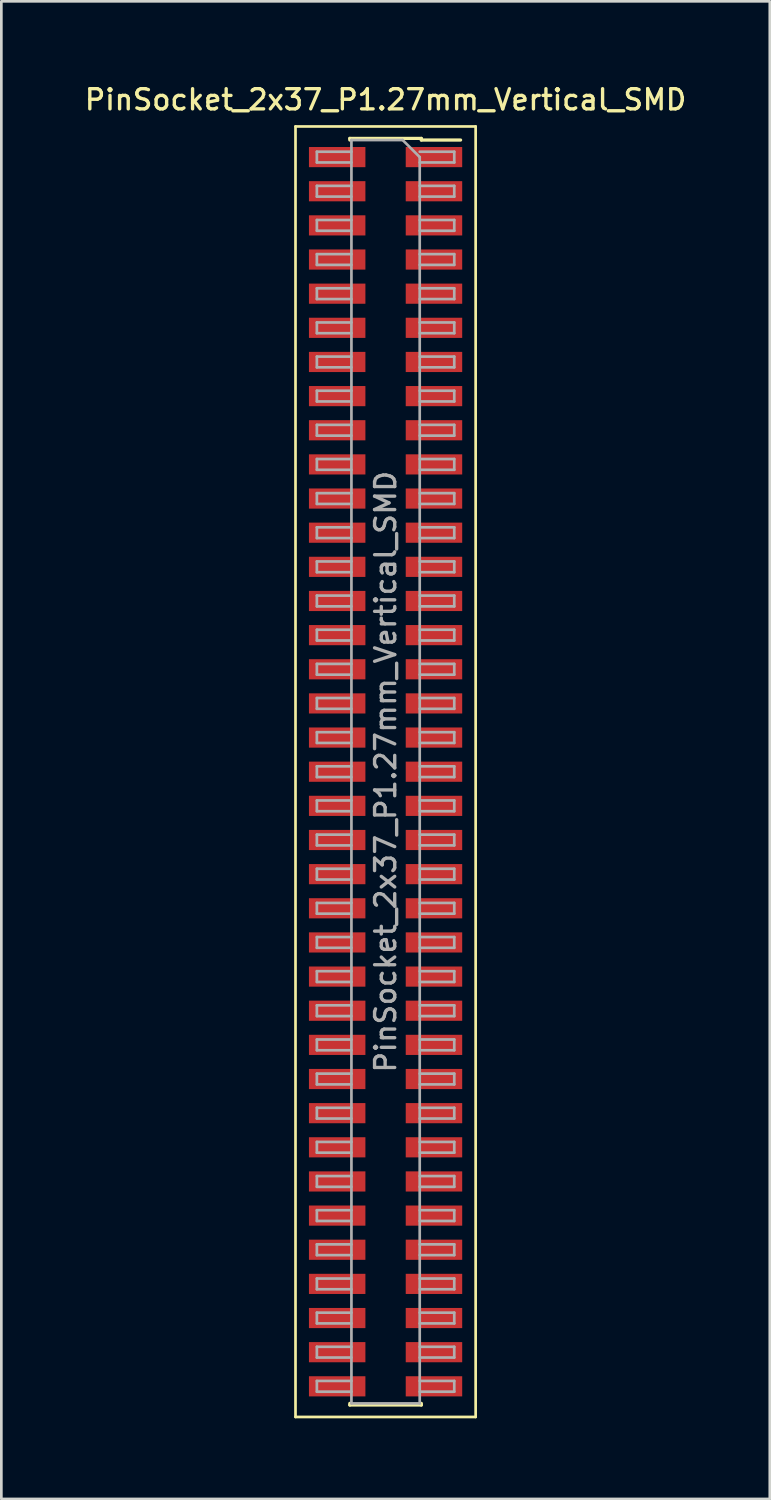
<source format=kicad_pcb>
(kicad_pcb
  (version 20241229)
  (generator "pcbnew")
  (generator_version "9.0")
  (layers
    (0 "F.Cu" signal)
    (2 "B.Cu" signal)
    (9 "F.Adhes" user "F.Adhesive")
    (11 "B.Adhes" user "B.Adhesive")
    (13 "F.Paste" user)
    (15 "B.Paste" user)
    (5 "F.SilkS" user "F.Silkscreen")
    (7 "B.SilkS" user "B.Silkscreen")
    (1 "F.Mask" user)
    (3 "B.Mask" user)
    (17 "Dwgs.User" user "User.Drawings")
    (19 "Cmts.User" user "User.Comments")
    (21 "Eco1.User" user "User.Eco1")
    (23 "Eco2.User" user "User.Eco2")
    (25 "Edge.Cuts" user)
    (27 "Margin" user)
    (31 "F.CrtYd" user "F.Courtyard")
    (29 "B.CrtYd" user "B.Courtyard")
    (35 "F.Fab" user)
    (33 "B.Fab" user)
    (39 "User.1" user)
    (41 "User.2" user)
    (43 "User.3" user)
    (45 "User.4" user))
  (footprint "PinSocket_2x37_P1.27mm_Vertical_SMD"
    (layer "F.Cu")
    (at 11.291 25.653)
    (property "Reference" "PinSocket_2x37_P1.27mm_Vertical_SMD" (at 0 -24.995 0) (layer "F.SilkS") (effects (font (size 0.75 0.75) (thickness 0.125))))
    (attr smd)
    (fp_line (start -3.35 -24) (end 3.35 -24) (stroke (width 0.1) (type solid)) (layer "F.SilkS"))
    (fp_line (start -3.35 24) (end -3.35 -24) (stroke (width 0.1) (type solid)) (layer "F.SilkS"))
    (fp_line (start -1.33 -23.555) (end -1.33 -23.495) (stroke (width 0.12) (type solid)) (layer "F.SilkS"))
    (fp_line (start -1.33 -23.555) (end 1.33 -23.555) (stroke (width 0.12) (type solid)) (layer "F.SilkS"))
    (fp_line (start -1.33 23.495) (end -1.33 23.555) (stroke (width 0.12) (type solid)) (layer "F.SilkS"))
    (fp_line (start -1.33 23.555) (end 1.33 23.555) (stroke (width 0.12) (type solid)) (layer "F.SilkS"))
    (fp_line (start 1.33 -23.555) (end 1.33 -23.495) (stroke (width 0.12) (type solid)) (layer "F.SilkS"))
    (fp_line (start 1.33 -23.495) (end 2.79 -23.495) (stroke (width 0.12) (type solid)) (layer "F.SilkS"))
    (fp_line (start 1.33 23.495) (end 1.33 23.555) (stroke (width 0.12) (type solid)) (layer "F.SilkS"))
    (fp_line (start 3.35 -24) (end 3.35 24) (stroke (width 0.1) (type solid)) (layer "F.SilkS"))
    (fp_line (start 3.35 24) (end -3.35 24) (stroke (width 0.1) (type solid)) (layer "F.SilkS"))
    (fp_line (start -2.555 -23.06) (end -1.27 -23.06) (stroke (width 0.1) (type solid)) (layer "F.Fab"))
    (fp_line (start -2.555 -22.66) (end -2.555 -23.06) (stroke (width 0.1) (type solid)) (layer "F.Fab"))
    (fp_line (start -2.555 -21.79) (end -1.27 -21.79) (stroke (width 0.1) (type solid)) (layer "F.Fab"))
    (fp_line (start -2.555 -21.39) (end -2.555 -21.79) (stroke (width 0.1) (type solid)) (layer "F.Fab"))
    (fp_line (start -2.555 -20.52) (end -1.27 -20.52) (stroke (width 0.1) (type solid)) (layer "F.Fab"))
    (fp_line (start -2.555 -20.12) (end -2.555 -20.52) (stroke (width 0.1) (type solid)) (layer "F.Fab"))
    (fp_line (start -2.555 -19.25) (end -1.27 -19.25) (stroke (width 0.1) (type solid)) (layer "F.Fab"))
    (fp_line (start -2.555 -18.85) (end -2.555 -19.25) (stroke (width 0.1) (type solid)) (layer "F.Fab"))
    (fp_line (start -2.555 -17.98) (end -1.27 -17.98) (stroke (width 0.1) (type solid)) (layer "F.Fab"))
    (fp_line (start -2.555 -17.58) (end -2.555 -17.98) (stroke (width 0.1) (type solid)) (layer "F.Fab"))
    (fp_line (start -2.555 -16.71) (end -1.27 -16.71) (stroke (width 0.1) (type solid)) (layer "F.Fab"))
    (fp_line (start -2.555 -16.31) (end -2.555 -16.71) (stroke (width 0.1) (type solid)) (layer "F.Fab"))
    (fp_line (start -2.555 -15.44) (end -1.27 -15.44) (stroke (width 0.1) (type solid)) (layer "F.Fab"))
    (fp_line (start -2.555 -15.04) (end -2.555 -15.44) (stroke (width 0.1) (type solid)) (layer "F.Fab"))
    (fp_line (start -2.555 -14.17) (end -1.27 -14.17) (stroke (width 0.1) (type solid)) (layer "F.Fab"))
    (fp_line (start -2.555 -13.77) (end -2.555 -14.17) (stroke (width 0.1) (type solid)) (layer "F.Fab"))
    (fp_line (start -2.555 -12.9) (end -1.27 -12.9) (stroke (width 0.1) (type solid)) (layer "F.Fab"))
    (fp_line (start -2.555 -12.5) (end -2.555 -12.9) (stroke (width 0.1) (type solid)) (layer "F.Fab"))
    (fp_line (start -2.555 -11.63) (end -1.27 -11.63) (stroke (width 0.1) (type solid)) (layer "F.Fab"))
    (fp_line (start -2.555 -11.23) (end -2.555 -11.63) (stroke (width 0.1) (type solid)) (layer "F.Fab"))
    (fp_line (start -2.555 -10.36) (end -1.27 -10.36) (stroke (width 0.1) (type solid)) (layer "F.Fab"))
    (fp_line (start -2.555 -9.96) (end -2.555 -10.36) (stroke (width 0.1) (type solid)) (layer "F.Fab"))
    (fp_line (start -2.555 -9.09) (end -1.27 -9.09) (stroke (width 0.1) (type solid)) (layer "F.Fab"))
    (fp_line (start -2.555 -8.69) (end -2.555 -9.09) (stroke (width 0.1) (type solid)) (layer "F.Fab"))
    (fp_line (start -2.555 -7.82) (end -1.27 -7.82) (stroke (width 0.1) (type solid)) (layer "F.Fab"))
    (fp_line (start -2.555 -7.42) (end -2.555 -7.82) (stroke (width 0.1) (type solid)) (layer "F.Fab"))
    (fp_line (start -2.555 -6.55) (end -1.27 -6.55) (stroke (width 0.1) (type solid)) (layer "F.Fab"))
    (fp_line (start -2.555 -6.15) (end -2.555 -6.55) (stroke (width 0.1) (type solid)) (layer "F.Fab"))
    (fp_line (start -2.555 -5.28) (end -1.27 -5.28) (stroke (width 0.1) (type solid)) (layer "F.Fab"))
    (fp_line (start -2.555 -4.88) (end -2.555 -5.28) (stroke (width 0.1) (type solid)) (layer "F.Fab"))
    (fp_line (start -2.555 -4.01) (end -1.27 -4.01) (stroke (width 0.1) (type solid)) (layer "F.Fab"))
    (fp_line (start -2.555 -3.61) (end -2.555 -4.01) (stroke (width 0.1) (type solid)) (layer "F.Fab"))
    (fp_line (start -2.555 -2.74) (end -1.27 -2.74) (stroke (width 0.1) (type solid)) (layer "F.Fab"))
    (fp_line (start -2.555 -2.34) (end -2.555 -2.74) (stroke (width 0.1) (type solid)) (layer "F.Fab"))
    (fp_line (start -2.555 -1.47) (end -1.27 -1.47) (stroke (width 0.1) (type solid)) (layer "F.Fab"))
    (fp_line (start -2.555 -1.07) (end -2.555 -1.47) (stroke (width 0.1) (type solid)) (layer "F.Fab"))
    (fp_line (start -2.555 -0.2) (end -1.27 -0.2) (stroke (width 0.1) (type solid)) (layer "F.Fab"))
    (fp_line (start -2.555 0.2) (end -2.555 -0.2) (stroke (width 0.1) (type solid)) (layer "F.Fab"))
    (fp_line (start -2.555 1.07) (end -1.27 1.07) (stroke (width 0.1) (type solid)) (layer "F.Fab"))
    (fp_line (start -2.555 1.47) (end -2.555 1.07) (stroke (width 0.1) (type solid)) (layer "F.Fab"))
    (fp_line (start -2.555 2.34) (end -1.27 2.34) (stroke (width 0.1) (type solid)) (layer "F.Fab"))
    (fp_line (start -2.555 2.74) (end -2.555 2.34) (stroke (width 0.1) (type solid)) (layer "F.Fab"))
    (fp_line (start -2.555 3.61) (end -1.27 3.61) (stroke (width 0.1) (type solid)) (layer "F.Fab"))
    (fp_line (start -2.555 4.01) (end -2.555 3.61) (stroke (width 0.1) (type solid)) (layer "F.Fab"))
    (fp_line (start -2.555 4.88) (end -1.27 4.88) (stroke (width 0.1) (type solid)) (layer "F.Fab"))
    (fp_line (start -2.555 5.28) (end -2.555 4.88) (stroke (width 0.1) (type solid)) (layer "F.Fab"))
    (fp_line (start -2.555 6.15) (end -1.27 6.15) (stroke (width 0.1) (type solid)) (layer "F.Fab"))
    (fp_line (start -2.555 6.55) (end -2.555 6.15) (stroke (width 0.1) (type solid)) (layer "F.Fab"))
    (fp_line (start -2.555 7.42) (end -1.27 7.42) (stroke (width 0.1) (type solid)) (layer "F.Fab"))
    (fp_line (start -2.555 7.82) (end -2.555 7.42) (stroke (width 0.1) (type solid)) (layer "F.Fab"))
    (fp_line (start -2.555 8.69) (end -1.27 8.69) (stroke (width 0.1) (type solid)) (layer "F.Fab"))
    (fp_line (start -2.555 9.09) (end -2.555 8.69) (stroke (width 0.1) (type solid)) (layer "F.Fab"))
    (fp_line (start -2.555 9.96) (end -1.27 9.96) (stroke (width 0.1) (type solid)) (layer "F.Fab"))
    (fp_line (start -2.555 10.36) (end -2.555 9.96) (stroke (width 0.1) (type solid)) (layer "F.Fab"))
    (fp_line (start -2.555 11.23) (end -1.27 11.23) (stroke (width 0.1) (type solid)) (layer "F.Fab"))
    (fp_line (start -2.555 11.63) (end -2.555 11.23) (stroke (width 0.1) (type solid)) (layer "F.Fab"))
    (fp_line (start -2.555 12.5) (end -1.27 12.5) (stroke (width 0.1) (type solid)) (layer "F.Fab"))
    (fp_line (start -2.555 12.9) (end -2.555 12.5) (stroke (width 0.1) (type solid)) (layer "F.Fab"))
    (fp_line (start -2.555 13.77) (end -1.27 13.77) (stroke (width 0.1) (type solid)) (layer "F.Fab"))
    (fp_line (start -2.555 14.17) (end -2.555 13.77) (stroke (width 0.1) (type solid)) (layer "F.Fab"))
    (fp_line (start -2.555 15.04) (end -1.27 15.04) (stroke (width 0.1) (type solid)) (layer "F.Fab"))
    (fp_line (start -2.555 15.44) (end -2.555 15.04) (stroke (width 0.1) (type solid)) (layer "F.Fab"))
    (fp_line (start -2.555 16.31) (end -1.27 16.31) (stroke (width 0.1) (type solid)) (layer "F.Fab"))
    (fp_line (start -2.555 16.71) (end -2.555 16.31) (stroke (width 0.1) (type solid)) (layer "F.Fab"))
    (fp_line (start -2.555 17.58) (end -1.27 17.58) (stroke (width 0.1) (type solid)) (layer "F.Fab"))
    (fp_line (start -2.555 17.98) (end -2.555 17.58) (stroke (width 0.1) (type solid)) (layer "F.Fab"))
    (fp_line (start -2.555 18.85) (end -1.27 18.85) (stroke (width 0.1) (type solid)) (layer "F.Fab"))
    (fp_line (start -2.555 19.25) (end -2.555 18.85) (stroke (width 0.1) (type solid)) (layer "F.Fab"))
    (fp_line (start -2.555 20.12) (end -1.27 20.12) (stroke (width 0.1) (type solid)) (layer "F.Fab"))
    (fp_line (start -2.555 20.52) (end -2.555 20.12) (stroke (width 0.1) (type solid)) (layer "F.Fab"))
    (fp_line (start -2.555 21.39) (end -1.27 21.39) (stroke (width 0.1) (type solid)) (layer "F.Fab"))
    (fp_line (start -2.555 21.79) (end -2.555 21.39) (stroke (width 0.1) (type solid)) (layer "F.Fab"))
    (fp_line (start -2.555 22.66) (end -1.27 22.66) (stroke (width 0.1) (type solid)) (layer "F.Fab"))
    (fp_line (start -2.555 23.06) (end -2.555 22.66) (stroke (width 0.1) (type solid)) (layer "F.Fab"))
    (fp_line (start -1.27 -23.495) (end 0.635 -23.495) (stroke (width 0.1) (type solid)) (layer "F.Fab"))
    (fp_line (start -1.27 -22.66) (end -2.555 -22.66) (stroke (width 0.1) (type solid)) (layer "F.Fab"))
    (fp_line (start -1.27 -21.39) (end -2.555 -21.39) (stroke (width 0.1) (type solid)) (layer "F.Fab"))
    (fp_line (start -1.27 -20.12) (end -2.555 -20.12) (stroke (width 0.1) (type solid)) (layer "F.Fab"))
    (fp_line (start -1.27 -18.85) (end -2.555 -18.85) (stroke (width 0.1) (type solid)) (layer "F.Fab"))
    (fp_line (start -1.27 -17.58) (end -2.555 -17.58) (stroke (width 0.1) (type solid)) (layer "F.Fab"))
    (fp_line (start -1.27 -16.31) (end -2.555 -16.31) (stroke (width 0.1) (type solid)) (layer "F.Fab"))
    (fp_line (start -1.27 -15.04) (end -2.555 -15.04) (stroke (width 0.1) (type solid)) (layer "F.Fab"))
    (fp_line (start -1.27 -13.77) (end -2.555 -13.77) (stroke (width 0.1) (type solid)) (layer "F.Fab"))
    (fp_line (start -1.27 -12.5) (end -2.555 -12.5) (stroke (width 0.1) (type solid)) (layer "F.Fab"))
    (fp_line (start -1.27 -11.23) (end -2.555 -11.23) (stroke (width 0.1) (type solid)) (layer "F.Fab"))
    (fp_line (start -1.27 -9.96) (end -2.555 -9.96) (stroke (width 0.1) (type solid)) (layer "F.Fab"))
    (fp_line (start -1.27 -8.69) (end -2.555 -8.69) (stroke (width 0.1) (type solid)) (layer "F.Fab"))
    (fp_line (start -1.27 -7.42) (end -2.555 -7.42) (stroke (width 0.1) (type solid)) (layer "F.Fab"))
    (fp_line (start -1.27 -6.15) (end -2.555 -6.15) (stroke (width 0.1) (type solid)) (layer "F.Fab"))
    (fp_line (start -1.27 -4.88) (end -2.555 -4.88) (stroke (width 0.1) (type solid)) (layer "F.Fab"))
    (fp_line (start -1.27 -3.61) (end -2.555 -3.61) (stroke (width 0.1) (type solid)) (layer "F.Fab"))
    (fp_line (start -1.27 -2.34) (end -2.555 -2.34) (stroke (width 0.1) (type solid)) (layer "F.Fab"))
    (fp_line (start -1.27 -1.07) (end -2.555 -1.07) (stroke (width 0.1) (type solid)) (layer "F.Fab"))
    (fp_line (start -1.27 0.2) (end -2.555 0.2) (stroke (width 0.1) (type solid)) (layer "F.Fab"))
    (fp_line (start -1.27 1.47) (end -2.555 1.47) (stroke (width 0.1) (type solid)) (layer "F.Fab"))
    (fp_line (start -1.27 2.74) (end -2.555 2.74) (stroke (width 0.1) (type solid)) (layer "F.Fab"))
    (fp_line (start -1.27 4.01) (end -2.555 4.01) (stroke (width 0.1) (type solid)) (layer "F.Fab"))
    (fp_line (start -1.27 5.28) (end -2.555 5.28) (stroke (width 0.1) (type solid)) (layer "F.Fab"))
    (fp_line (start -1.27 6.55) (end -2.555 6.55) (stroke (width 0.1) (type solid)) (layer "F.Fab"))
    (fp_line (start -1.27 7.82) (end -2.555 7.82) (stroke (width 0.1) (type solid)) (layer "F.Fab"))
    (fp_line (start -1.27 9.09) (end -2.555 9.09) (stroke (width 0.1) (type solid)) (layer "F.Fab"))
    (fp_line (start -1.27 10.36) (end -2.555 10.36) (stroke (width 0.1) (type solid)) (layer "F.Fab"))
    (fp_line (start -1.27 11.63) (end -2.555 11.63) (stroke (width 0.1) (type solid)) (layer "F.Fab"))
    (fp_line (start -1.27 12.9) (end -2.555 12.9) (stroke (width 0.1) (type solid)) (layer "F.Fab"))
    (fp_line (start -1.27 14.17) (end -2.555 14.17) (stroke (width 0.1) (type solid)) (layer "F.Fab"))
    (fp_line (start -1.27 15.44) (end -2.555 15.44) (stroke (width 0.1) (type solid)) (layer "F.Fab"))
    (fp_line (start -1.27 16.71) (end -2.555 16.71) (stroke (width 0.1) (type solid)) (layer "F.Fab"))
    (fp_line (start -1.27 17.98) (end -2.555 17.98) (stroke (width 0.1) (type solid)) (layer "F.Fab"))
    (fp_line (start -1.27 19.25) (end -2.555 19.25) (stroke (width 0.1) (type solid)) (layer "F.Fab"))
    (fp_line (start -1.27 20.52) (end -2.555 20.52) (stroke (width 0.1) (type solid)) (layer "F.Fab"))
    (fp_line (start -1.27 21.79) (end -2.555 21.79) (stroke (width 0.1) (type solid)) (layer "F.Fab"))
    (fp_line (start -1.27 23.06) (end -2.555 23.06) (stroke (width 0.1) (type solid)) (layer "F.Fab"))
    (fp_line (start -1.27 23.495) (end -1.27 -23.495) (stroke (width 0.1) (type solid)) (layer "F.Fab"))
    (fp_line (start 0.635 -23.495) (end 1.27 -22.86) (stroke (width 0.1) (type solid)) (layer "F.Fab"))
    (fp_line (start 1.27 -23.06) (end 2.555 -23.06) (stroke (width 0.1) (type solid)) (layer "F.Fab"))
    (fp_line (start 1.27 -22.86) (end 1.27 23.495) (stroke (width 0.1) (type solid)) (layer "F.Fab"))
    (fp_line (start 1.27 -21.79) (end 2.555 -21.79) (stroke (width 0.1) (type solid)) (layer "F.Fab"))
    (fp_line (start 1.27 -20.52) (end 2.555 -20.52) (stroke (width 0.1) (type solid)) (layer "F.Fab"))
    (fp_line (start 1.27 -19.25) (end 2.555 -19.25) (stroke (width 0.1) (type solid)) (layer "F.Fab"))
    (fp_line (start 1.27 -17.98) (end 2.555 -17.98) (stroke (width 0.1) (type solid)) (layer "F.Fab"))
    (fp_line (start 1.27 -16.71) (end 2.555 -16.71) (stroke (width 0.1) (type solid)) (layer "F.Fab"))
    (fp_line (start 1.27 -15.44) (end 2.555 -15.44) (stroke (width 0.1) (type solid)) (layer "F.Fab"))
    (fp_line (start 1.27 -14.17) (end 2.555 -14.17) (stroke (width 0.1) (type solid)) (layer "F.Fab"))
    (fp_line (start 1.27 -12.9) (end 2.555 -12.9) (stroke (width 0.1) (type solid)) (layer "F.Fab"))
    (fp_line (start 1.27 -11.63) (end 2.555 -11.63) (stroke (width 0.1) (type solid)) (layer "F.Fab"))
    (fp_line (start 1.27 -10.36) (end 2.555 -10.36) (stroke (width 0.1) (type solid)) (layer "F.Fab"))
    (fp_line (start 1.27 -9.09) (end 2.555 -9.09) (stroke (width 0.1) (type solid)) (layer "F.Fab"))
    (fp_line (start 1.27 -7.82) (end 2.555 -7.82) (stroke (width 0.1) (type solid)) (layer "F.Fab"))
    (fp_line (start 1.27 -6.55) (end 2.555 -6.55) (stroke (width 0.1) (type solid)) (layer "F.Fab"))
    (fp_line (start 1.27 -5.28) (end 2.555 -5.28) (stroke (width 0.1) (type solid)) (layer "F.Fab"))
    (fp_line (start 1.27 -4.01) (end 2.555 -4.01) (stroke (width 0.1) (type solid)) (layer "F.Fab"))
    (fp_line (start 1.27 -2.74) (end 2.555 -2.74) (stroke (width 0.1) (type solid)) (layer "F.Fab"))
    (fp_line (start 1.27 -1.47) (end 2.555 -1.47) (stroke (width 0.1) (type solid)) (layer "F.Fab"))
    (fp_line (start 1.27 -0.2) (end 2.555 -0.2) (stroke (width 0.1) (type solid)) (layer "F.Fab"))
    (fp_line (start 1.27 1.07) (end 2.555 1.07) (stroke (width 0.1) (type solid)) (layer "F.Fab"))
    (fp_line (start 1.27 2.34) (end 2.555 2.34) (stroke (width 0.1) (type solid)) (layer "F.Fab"))
    (fp_line (start 1.27 3.61) (end 2.555 3.61) (stroke (width 0.1) (type solid)) (layer "F.Fab"))
    (fp_line (start 1.27 4.88) (end 2.555 4.88) (stroke (width 0.1) (type solid)) (layer "F.Fab"))
    (fp_line (start 1.27 6.15) (end 2.555 6.15) (stroke (width 0.1) (type solid)) (layer "F.Fab"))
    (fp_line (start 1.27 7.42) (end 2.555 7.42) (stroke (width 0.1) (type solid)) (layer "F.Fab"))
    (fp_line (start 1.27 8.69) (end 2.555 8.69) (stroke (width 0.1) (type solid)) (layer "F.Fab"))
    (fp_line (start 1.27 9.96) (end 2.555 9.96) (stroke (width 0.1) (type solid)) (layer "F.Fab"))
    (fp_line (start 1.27 11.23) (end 2.555 11.23) (stroke (width 0.1) (type solid)) (layer "F.Fab"))
    (fp_line (start 1.27 12.5) (end 2.555 12.5) (stroke (width 0.1) (type solid)) (layer "F.Fab"))
    (fp_line (start 1.27 13.77) (end 2.555 13.77) (stroke (width 0.1) (type solid)) (layer "F.Fab"))
    (fp_line (start 1.27 15.04) (end 2.555 15.04) (stroke (width 0.1) (type solid)) (layer "F.Fab"))
    (fp_line (start 1.27 16.31) (end 2.555 16.31) (stroke (width 0.1) (type solid)) (layer "F.Fab"))
    (fp_line (start 1.27 17.58) (end 2.555 17.58) (stroke (width 0.1) (type solid)) (layer "F.Fab"))
    (fp_line (start 1.27 18.85) (end 2.555 18.85) (stroke (width 0.1) (type solid)) (layer "F.Fab"))
    (fp_line (start 1.27 20.12) (end 2.555 20.12) (stroke (width 0.1) (type solid)) (layer "F.Fab"))
    (fp_line (start 1.27 21.39) (end 2.555 21.39) (stroke (width 0.1) (type solid)) (layer "F.Fab"))
    (fp_line (start 1.27 22.66) (end 2.555 22.66) (stroke (width 0.1) (type solid)) (layer "F.Fab"))
    (fp_line (start 1.27 23.495) (end -1.27 23.495) (stroke (width 0.1) (type solid)) (layer "F.Fab"))
    (fp_line (start 2.555 -23.06) (end 2.555 -22.66) (stroke (width 0.1) (type solid)) (layer "F.Fab"))
    (fp_line (start 2.555 -22.66) (end 1.27 -22.66) (stroke (width 0.1) (type solid)) (layer "F.Fab"))
    (fp_line (start 2.555 -21.79) (end 2.555 -21.39) (stroke (width 0.1) (type solid)) (layer "F.Fab"))
    (fp_line (start 2.555 -21.39) (end 1.27 -21.39) (stroke (width 0.1) (type solid)) (layer "F.Fab"))
    (fp_line (start 2.555 -20.52) (end 2.555 -20.12) (stroke (width 0.1) (type solid)) (layer "F.Fab"))
    (fp_line (start 2.555 -20.12) (end 1.27 -20.12) (stroke (width 0.1) (type solid)) (layer "F.Fab"))
    (fp_line (start 2.555 -19.25) (end 2.555 -18.85) (stroke (width 0.1) (type solid)) (layer "F.Fab"))
    (fp_line (start 2.555 -18.85) (end 1.27 -18.85) (stroke (width 0.1) (type solid)) (layer "F.Fab"))
    (fp_line (start 2.555 -17.98) (end 2.555 -17.58) (stroke (width 0.1) (type solid)) (layer "F.Fab"))
    (fp_line (start 2.555 -17.58) (end 1.27 -17.58) (stroke (width 0.1) (type solid)) (layer "F.Fab"))
    (fp_line (start 2.555 -16.71) (end 2.555 -16.31) (stroke (width 0.1) (type solid)) (layer "F.Fab"))
    (fp_line (start 2.555 -16.31) (end 1.27 -16.31) (stroke (width 0.1) (type solid)) (layer "F.Fab"))
    (fp_line (start 2.555 -15.44) (end 2.555 -15.04) (stroke (width 0.1) (type solid)) (layer "F.Fab"))
    (fp_line (start 2.555 -15.04) (end 1.27 -15.04) (stroke (width 0.1) (type solid)) (layer "F.Fab"))
    (fp_line (start 2.555 -14.17) (end 2.555 -13.77) (stroke (width 0.1) (type solid)) (layer "F.Fab"))
    (fp_line (start 2.555 -13.77) (end 1.27 -13.77) (stroke (width 0.1) (type solid)) (layer "F.Fab"))
    (fp_line (start 2.555 -12.9) (end 2.555 -12.5) (stroke (width 0.1) (type solid)) (layer "F.Fab"))
    (fp_line (start 2.555 -12.5) (end 1.27 -12.5) (stroke (width 0.1) (type solid)) (layer "F.Fab"))
    (fp_line (start 2.555 -11.63) (end 2.555 -11.23) (stroke (width 0.1) (type solid)) (layer "F.Fab"))
    (fp_line (start 2.555 -11.23) (end 1.27 -11.23) (stroke (width 0.1) (type solid)) (layer "F.Fab"))
    (fp_line (start 2.555 -10.36) (end 2.555 -9.96) (stroke (width 0.1) (type solid)) (layer "F.Fab"))
    (fp_line (start 2.555 -9.96) (end 1.27 -9.96) (stroke (width 0.1) (type solid)) (layer "F.Fab"))
    (fp_line (start 2.555 -9.09) (end 2.555 -8.69) (stroke (width 0.1) (type solid)) (layer "F.Fab"))
    (fp_line (start 2.555 -8.69) (end 1.27 -8.69) (stroke (width 0.1) (type solid)) (layer "F.Fab"))
    (fp_line (start 2.555 -7.82) (end 2.555 -7.42) (stroke (width 0.1) (type solid)) (layer "F.Fab"))
    (fp_line (start 2.555 -7.42) (end 1.27 -7.42) (stroke (width 0.1) (type solid)) (layer "F.Fab"))
    (fp_line (start 2.555 -6.55) (end 2.555 -6.15) (stroke (width 0.1) (type solid)) (layer "F.Fab"))
    (fp_line (start 2.555 -6.15) (end 1.27 -6.15) (stroke (width 0.1) (type solid)) (layer "F.Fab"))
    (fp_line (start 2.555 -5.28) (end 2.555 -4.88) (stroke (width 0.1) (type solid)) (layer "F.Fab"))
    (fp_line (start 2.555 -4.88) (end 1.27 -4.88) (stroke (width 0.1) (type solid)) (layer "F.Fab"))
    (fp_line (start 2.555 -4.01) (end 2.555 -3.61) (stroke (width 0.1) (type solid)) (layer "F.Fab"))
    (fp_line (start 2.555 -3.61) (end 1.27 -3.61) (stroke (width 0.1) (type solid)) (layer "F.Fab"))
    (fp_line (start 2.555 -2.74) (end 2.555 -2.34) (stroke (width 0.1) (type solid)) (layer "F.Fab"))
    (fp_line (start 2.555 -2.34) (end 1.27 -2.34) (stroke (width 0.1) (type solid)) (layer "F.Fab"))
    (fp_line (start 2.555 -1.47) (end 2.555 -1.07) (stroke (width 0.1) (type solid)) (layer "F.Fab"))
    (fp_line (start 2.555 -1.07) (end 1.27 -1.07) (stroke (width 0.1) (type solid)) (layer "F.Fab"))
    (fp_line (start 2.555 -0.2) (end 2.555 0.2) (stroke (width 0.1) (type solid)) (layer "F.Fab"))
    (fp_line (start 2.555 0.2) (end 1.27 0.2) (stroke (width 0.1) (type solid)) (layer "F.Fab"))
    (fp_line (start 2.555 1.07) (end 2.555 1.47) (stroke (width 0.1) (type solid)) (layer "F.Fab"))
    (fp_line (start 2.555 1.47) (end 1.27 1.47) (stroke (width 0.1) (type solid)) (layer "F.Fab"))
    (fp_line (start 2.555 2.34) (end 2.555 2.74) (stroke (width 0.1) (type solid)) (layer "F.Fab"))
    (fp_line (start 2.555 2.74) (end 1.27 2.74) (stroke (width 0.1) (type solid)) (layer "F.Fab"))
    (fp_line (start 2.555 3.61) (end 2.555 4.01) (stroke (width 0.1) (type solid)) (layer "F.Fab"))
    (fp_line (start 2.555 4.01) (end 1.27 4.01) (stroke (width 0.1) (type solid)) (layer "F.Fab"))
    (fp_line (start 2.555 4.88) (end 2.555 5.28) (stroke (width 0.1) (type solid)) (layer "F.Fab"))
    (fp_line (start 2.555 5.28) (end 1.27 5.28) (stroke (width 0.1) (type solid)) (layer "F.Fab"))
    (fp_line (start 2.555 6.15) (end 2.555 6.55) (stroke (width 0.1) (type solid)) (layer "F.Fab"))
    (fp_line (start 2.555 6.55) (end 1.27 6.55) (stroke (width 0.1) (type solid)) (layer "F.Fab"))
    (fp_line (start 2.555 7.42) (end 2.555 7.82) (stroke (width 0.1) (type solid)) (layer "F.Fab"))
    (fp_line (start 2.555 7.82) (end 1.27 7.82) (stroke (width 0.1) (type solid)) (layer "F.Fab"))
    (fp_line (start 2.555 8.69) (end 2.555 9.09) (stroke (width 0.1) (type solid)) (layer "F.Fab"))
    (fp_line (start 2.555 9.09) (end 1.27 9.09) (stroke (width 0.1) (type solid)) (layer "F.Fab"))
    (fp_line (start 2.555 9.96) (end 2.555 10.36) (stroke (width 0.1) (type solid)) (layer "F.Fab"))
    (fp_line (start 2.555 10.36) (end 1.27 10.36) (stroke (width 0.1) (type solid)) (layer "F.Fab"))
    (fp_line (start 2.555 11.23) (end 2.555 11.63) (stroke (width 0.1) (type solid)) (layer "F.Fab"))
    (fp_line (start 2.555 11.63) (end 1.27 11.63) (stroke (width 0.1) (type solid)) (layer "F.Fab"))
    (fp_line (start 2.555 12.5) (end 2.555 12.9) (stroke (width 0.1) (type solid)) (layer "F.Fab"))
    (fp_line (start 2.555 12.9) (end 1.27 12.9) (stroke (width 0.1) (type solid)) (layer "F.Fab"))
    (fp_line (start 2.555 13.77) (end 2.555 14.17) (stroke (width 0.1) (type solid)) (layer "F.Fab"))
    (fp_line (start 2.555 14.17) (end 1.27 14.17) (stroke (width 0.1) (type solid)) (layer "F.Fab"))
    (fp_line (start 2.555 15.04) (end 2.555 15.44) (stroke (width 0.1) (type solid)) (layer "F.Fab"))
    (fp_line (start 2.555 15.44) (end 1.27 15.44) (stroke (width 0.1) (type solid)) (layer "F.Fab"))
    (fp_line (start 2.555 16.31) (end 2.555 16.71) (stroke (width 0.1) (type solid)) (layer "F.Fab"))
    (fp_line (start 2.555 16.71) (end 1.27 16.71) (stroke (width 0.1) (type solid)) (layer "F.Fab"))
    (fp_line (start 2.555 17.58) (end 2.555 17.98) (stroke (width 0.1) (type solid)) (layer "F.Fab"))
    (fp_line (start 2.555 17.98) (end 1.27 17.98) (stroke (width 0.1) (type solid)) (layer "F.Fab"))
    (fp_line (start 2.555 18.85) (end 2.555 19.25) (stroke (width 0.1) (type solid)) (layer "F.Fab"))
    (fp_line (start 2.555 19.25) (end 1.27 19.25) (stroke (width 0.1) (type solid)) (layer "F.Fab"))
    (fp_line (start 2.555 20.12) (end 2.555 20.52) (stroke (width 0.1) (type solid)) (layer "F.Fab"))
    (fp_line (start 2.555 20.52) (end 1.27 20.52) (stroke (width 0.1) (type solid)) (layer "F.Fab"))
    (fp_line (start 2.555 21.39) (end 2.555 21.79) (stroke (width 0.1) (type solid)) (layer "F.Fab"))
    (fp_line (start 2.555 21.79) (end 1.27 21.79) (stroke (width 0.1) (type solid)) (layer "F.Fab"))
    (fp_line (start 2.555 22.66) (end 2.555 23.06) (stroke (width 0.1) (type solid)) (layer "F.Fab"))
    (fp_line (start 2.555 23.06) (end 1.27 23.06) (stroke (width 0.1) (type solid)) (layer "F.Fab"))
    (fp_text user "${REFERENCE}" (at 0 0 90) (layer "F.Fab") (effects (font (size 0.75 0.75) (thickness 0.125))))
    (pad "1" smd rect (at 1.8 -22.86) (size 2.1 0.75) (layers "F.Cu" "F.Mask" "F.Paste"))
    (pad "2" smd rect (at -1.8 -22.86) (size 2.1 0.75) (layers "F.Cu" "F.Mask" "F.Paste"))
    (pad "3" smd rect (at 1.8 -21.59) (size 2.1 0.75) (layers "F.Cu" "F.Mask" "F.Paste"))
    (pad "4" smd rect (at -1.8 -21.59) (size 2.1 0.75) (layers "F.Cu" "F.Mask" "F.Paste"))
    (pad "5" smd rect (at 1.8 -20.32) (size 2.1 0.75) (layers "F.Cu" "F.Mask" "F.Paste"))
    (pad "6" smd rect (at -1.8 -20.32) (size 2.1 0.75) (layers "F.Cu" "F.Mask" "F.Paste"))
    (pad "7" smd rect (at 1.8 -19.05) (size 2.1 0.75) (layers "F.Cu" "F.Mask" "F.Paste"))
    (pad "8" smd rect (at -1.8 -19.05) (size 2.1 0.75) (layers "F.Cu" "F.Mask" "F.Paste"))
    (pad "9" smd rect (at 1.8 -17.78) (size 2.1 0.75) (layers "F.Cu" "F.Mask" "F.Paste"))
    (pad "10" smd rect (at -1.8 -17.78) (size 2.1 0.75) (layers "F.Cu" "F.Mask" "F.Paste"))
    (pad "11" smd rect (at 1.8 -16.51) (size 2.1 0.75) (layers "F.Cu" "F.Mask" "F.Paste"))
    (pad "12" smd rect (at -1.8 -16.51) (size 2.1 0.75) (layers "F.Cu" "F.Mask" "F.Paste"))
    (pad "13" smd rect (at 1.8 -15.24) (size 2.1 0.75) (layers "F.Cu" "F.Mask" "F.Paste"))
    (pad "14" smd rect (at -1.8 -15.24) (size 2.1 0.75) (layers "F.Cu" "F.Mask" "F.Paste"))
    (pad "15" smd rect (at 1.8 -13.97) (size 2.1 0.75) (layers "F.Cu" "F.Mask" "F.Paste"))
    (pad "16" smd rect (at -1.8 -13.97) (size 2.1 0.75) (layers "F.Cu" "F.Mask" "F.Paste"))
    (pad "17" smd rect (at 1.8 -12.7) (size 2.1 0.75) (layers "F.Cu" "F.Mask" "F.Paste"))
    (pad "18" smd rect (at -1.8 -12.7) (size 2.1 0.75) (layers "F.Cu" "F.Mask" "F.Paste"))
    (pad "19" smd rect (at 1.8 -11.43) (size 2.1 0.75) (layers "F.Cu" "F.Mask" "F.Paste"))
    (pad "20" smd rect (at -1.8 -11.43) (size 2.1 0.75) (layers "F.Cu" "F.Mask" "F.Paste"))
    (pad "21" smd rect (at 1.8 -10.16) (size 2.1 0.75) (layers "F.Cu" "F.Mask" "F.Paste"))
    (pad "22" smd rect (at -1.8 -10.16) (size 2.1 0.75) (layers "F.Cu" "F.Mask" "F.Paste"))
    (pad "23" smd rect (at 1.8 -8.89) (size 2.1 0.75) (layers "F.Cu" "F.Mask" "F.Paste"))
    (pad "24" smd rect (at -1.8 -8.89) (size 2.1 0.75) (layers "F.Cu" "F.Mask" "F.Paste"))
    (pad "25" smd rect (at 1.8 -7.62) (size 2.1 0.75) (layers "F.Cu" "F.Mask" "F.Paste"))
    (pad "26" smd rect (at -1.8 -7.62) (size 2.1 0.75) (layers "F.Cu" "F.Mask" "F.Paste"))
    (pad "27" smd rect (at 1.8 -6.35) (size 2.1 0.75) (layers "F.Cu" "F.Mask" "F.Paste"))
    (pad "28" smd rect (at -1.8 -6.35) (size 2.1 0.75) (layers "F.Cu" "F.Mask" "F.Paste"))
    (pad "29" smd rect (at 1.8 -5.08) (size 2.1 0.75) (layers "F.Cu" "F.Mask" "F.Paste"))
    (pad "30" smd rect (at -1.8 -5.08) (size 2.1 0.75) (layers "F.Cu" "F.Mask" "F.Paste"))
    (pad "31" smd rect (at 1.8 -3.81) (size 2.1 0.75) (layers "F.Cu" "F.Mask" "F.Paste"))
    (pad "32" smd rect (at -1.8 -3.81) (size 2.1 0.75) (layers "F.Cu" "F.Mask" "F.Paste"))
    (pad "33" smd rect (at 1.8 -2.54) (size 2.1 0.75) (layers "F.Cu" "F.Mask" "F.Paste"))
    (pad "34" smd rect (at -1.8 -2.54) (size 2.1 0.75) (layers "F.Cu" "F.Mask" "F.Paste"))
    (pad "35" smd rect (at 1.8 -1.27) (size 2.1 0.75) (layers "F.Cu" "F.Mask" "F.Paste"))
    (pad "36" smd rect (at -1.8 -1.27) (size 2.1 0.75) (layers "F.Cu" "F.Mask" "F.Paste"))
    (pad "37" smd rect (at 1.8 0) (size 2.1 0.75) (layers "F.Cu" "F.Mask" "F.Paste"))
    (pad "38" smd rect (at -1.8 0) (size 2.1 0.75) (layers "F.Cu" "F.Mask" "F.Paste"))
    (pad "39" smd rect (at 1.8 1.27) (size 2.1 0.75) (layers "F.Cu" "F.Mask" "F.Paste"))
    (pad "40" smd rect (at -1.8 1.27) (size 2.1 0.75) (layers "F.Cu" "F.Mask" "F.Paste"))
    (pad "41" smd rect (at 1.8 2.54) (size 2.1 0.75) (layers "F.Cu" "F.Mask" "F.Paste"))
    (pad "42" smd rect (at -1.8 2.54) (size 2.1 0.75) (layers "F.Cu" "F.Mask" "F.Paste"))
    (pad "43" smd rect (at 1.8 3.81) (size 2.1 0.75) (layers "F.Cu" "F.Mask" "F.Paste"))
    (pad "44" smd rect (at -1.8 3.81) (size 2.1 0.75) (layers "F.Cu" "F.Mask" "F.Paste"))
    (pad "45" smd rect (at 1.8 5.08) (size 2.1 0.75) (layers "F.Cu" "F.Mask" "F.Paste"))
    (pad "46" smd rect (at -1.8 5.08) (size 2.1 0.75) (layers "F.Cu" "F.Mask" "F.Paste"))
    (pad "47" smd rect (at 1.8 6.35) (size 2.1 0.75) (layers "F.Cu" "F.Mask" "F.Paste"))
    (pad "48" smd rect (at -1.8 6.35) (size 2.1 0.75) (layers "F.Cu" "F.Mask" "F.Paste"))
    (pad "49" smd rect (at 1.8 7.62) (size 2.1 0.75) (layers "F.Cu" "F.Mask" "F.Paste"))
    (pad "50" smd rect (at -1.8 7.62) (size 2.1 0.75) (layers "F.Cu" "F.Mask" "F.Paste"))
    (pad "51" smd rect (at 1.8 8.89) (size 2.1 0.75) (layers "F.Cu" "F.Mask" "F.Paste"))
    (pad "52" smd rect (at -1.8 8.89) (size 2.1 0.75) (layers "F.Cu" "F.Mask" "F.Paste"))
    (pad "53" smd rect (at 1.8 10.16) (size 2.1 0.75) (layers "F.Cu" "F.Mask" "F.Paste"))
    (pad "54" smd rect (at -1.8 10.16) (size 2.1 0.75) (layers "F.Cu" "F.Mask" "F.Paste"))
    (pad "55" smd rect (at 1.8 11.43) (size 2.1 0.75) (layers "F.Cu" "F.Mask" "F.Paste"))
    (pad "56" smd rect (at -1.8 11.43) (size 2.1 0.75) (layers "F.Cu" "F.Mask" "F.Paste"))
    (pad "57" smd rect (at 1.8 12.7) (size 2.1 0.75) (layers "F.Cu" "F.Mask" "F.Paste"))
    (pad "58" smd rect (at -1.8 12.7) (size 2.1 0.75) (layers "F.Cu" "F.Mask" "F.Paste"))
    (pad "59" smd rect (at 1.8 13.97) (size 2.1 0.75) (layers "F.Cu" "F.Mask" "F.Paste"))
    (pad "60" smd rect (at -1.8 13.97) (size 2.1 0.75) (layers "F.Cu" "F.Mask" "F.Paste"))
    (pad "61" smd rect (at 1.8 15.24) (size 2.1 0.75) (layers "F.Cu" "F.Mask" "F.Paste"))
    (pad "62" smd rect (at -1.8 15.24) (size 2.1 0.75) (layers "F.Cu" "F.Mask" "F.Paste"))
    (pad "63" smd rect (at 1.8 16.51) (size 2.1 0.75) (layers "F.Cu" "F.Mask" "F.Paste"))
    (pad "64" smd rect (at -1.8 16.51) (size 2.1 0.75) (layers "F.Cu" "F.Mask" "F.Paste"))
    (pad "65" smd rect (at 1.8 17.78) (size 2.1 0.75) (layers "F.Cu" "F.Mask" "F.Paste"))
    (pad "66" smd rect (at -1.8 17.78) (size 2.1 0.75) (layers "F.Cu" "F.Mask" "F.Paste"))
    (pad "67" smd rect (at 1.8 19.05) (size 2.1 0.75) (layers "F.Cu" "F.Mask" "F.Paste"))
    (pad "68" smd rect (at -1.8 19.05) (size 2.1 0.75) (layers "F.Cu" "F.Mask" "F.Paste"))
    (pad "69" smd rect (at 1.8 20.32) (size 2.1 0.75) (layers "F.Cu" "F.Mask" "F.Paste"))
    (pad "70" smd rect (at -1.8 20.32) (size 2.1 0.75) (layers "F.Cu" "F.Mask" "F.Paste"))
    (pad "71" smd rect (at 1.8 21.59) (size 2.1 0.75) (layers "F.Cu" "F.Mask" "F.Paste"))
    (pad "72" smd rect (at -1.8 21.59) (size 2.1 0.75) (layers "F.Cu" "F.Mask" "F.Paste"))
    (pad "73" smd rect (at 1.8 22.86) (size 2.1 0.75) (layers "F.Cu" "F.Mask" "F.Paste"))
    (pad "74" smd rect (at -1.8 22.86) (size 2.1 0.75) (layers "F.Cu" "F.Mask" "F.Paste")))
  (gr_rect
    (start -3 -3)
    (end 25.582 52.703)
    (stroke (width 0.1) (type default))
    (fill no)
    (layer "Edge.Cuts")))
</source>
